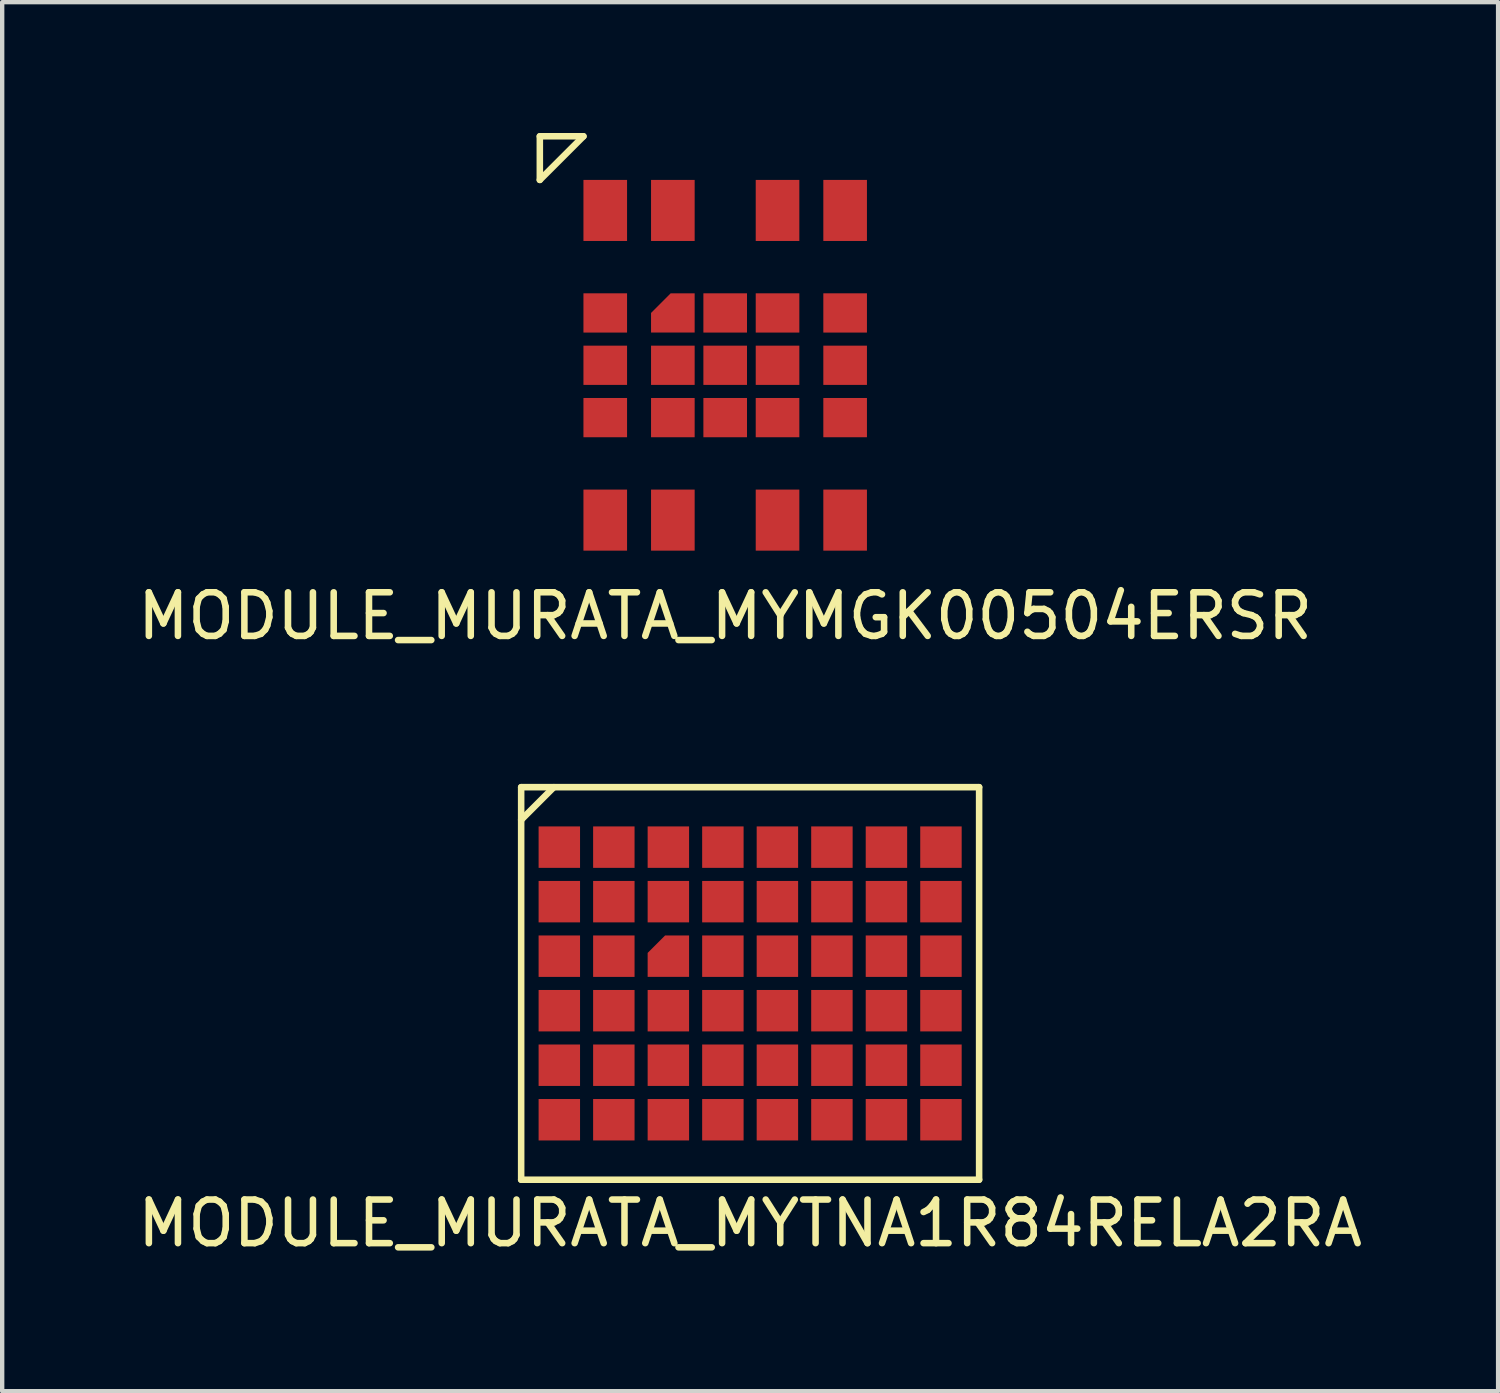
<source format=kicad_pcb>
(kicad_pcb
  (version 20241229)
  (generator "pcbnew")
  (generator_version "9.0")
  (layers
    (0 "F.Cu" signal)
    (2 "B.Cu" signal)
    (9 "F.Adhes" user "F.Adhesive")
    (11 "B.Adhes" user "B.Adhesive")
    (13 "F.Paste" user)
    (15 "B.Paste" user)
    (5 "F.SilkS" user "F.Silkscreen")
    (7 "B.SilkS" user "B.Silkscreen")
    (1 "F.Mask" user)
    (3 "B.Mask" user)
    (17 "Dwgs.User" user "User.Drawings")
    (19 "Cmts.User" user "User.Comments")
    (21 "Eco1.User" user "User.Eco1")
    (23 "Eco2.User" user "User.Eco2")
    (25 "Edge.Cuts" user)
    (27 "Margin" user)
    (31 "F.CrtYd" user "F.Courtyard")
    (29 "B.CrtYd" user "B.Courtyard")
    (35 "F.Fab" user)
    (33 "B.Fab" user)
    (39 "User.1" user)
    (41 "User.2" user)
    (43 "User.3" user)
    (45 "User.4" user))
  (footprint "MODULE_MURATA_MYMGK00504ERSR"
    (layer "F.Cu")
    (at 13.577 5.325)
    (property "Reference" "MODULE_MURATA_MYMGK00504ERSR" (at 0 5.75 0) (unlocked yes) (layer "F.SilkS") (effects (font (size 1 1) (thickness 0.15))))
    (attr smd)
    (fp_line (start -4.25 -5.25) (end -4.25 -4.25) (stroke (width 0.15) (type solid)) (layer "F.SilkS"))
    (fp_line (start -4.25 -4.25) (end -3.25 -5.25) (stroke (width 0.15) (type solid)) (layer "F.SilkS"))
    (fp_line (start -3.25 -5.25) (end -4.25 -5.25) (stroke (width 0.15) (type solid)) (layer "F.SilkS"))
    (pad "1" smd rect (at -2.75 -3.55) (size 1 1.4) (layers "F.Cu" "F.Mask" "F.Paste"))
    (pad "2" smd rect (at -1.2 -3.55) (size 1 1.4) (layers "F.Cu" "F.Mask" "F.Paste"))
    (pad "3" smd rect (at -2.75 -1.2) (size 1 0.9) (layers "F.Cu" "F.Mask" "F.Paste"))
    (pad "4" smd rect (at -2.75 0) (size 1 0.9) (layers "F.Cu" "F.Mask" "F.Paste"))
    (pad "5" smd rect (at -2.75 1.2) (size 1 0.9) (layers "F.Cu" "F.Mask" "F.Paste"))
    (pad "6" smd rect (at -2.75 3.55) (size 1 1.4) (layers "F.Cu" "F.Mask" "F.Paste"))
    (pad "7" smd rect (at -1.2 3.55) (size 1 1.4) (layers "F.Cu" "F.Mask" "F.Paste"))
    (pad "8" smd rect (at 1.2 3.55) (size 1 1.4) (layers "F.Cu" "F.Mask" "F.Paste"))
    (pad "9" smd rect (at 2.75 3.55) (size 1 1.4) (layers "F.Cu" "F.Mask" "F.Paste"))
    (pad "10" smd rect (at 2.75 1.2) (size 1 0.9) (layers "F.Cu" "F.Mask" "F.Paste"))
    (pad "11" smd rect (at 2.75 0) (size 1 0.9) (layers "F.Cu" "F.Mask" "F.Paste"))
    (pad "12" smd rect (at 2.75 -1.2) (size 1 0.9) (layers "F.Cu" "F.Mask" "F.Paste"))
    (pad "13" smd rect (at 2.75 -3.55) (size 1 1.4) (layers "F.Cu" "F.Mask" "F.Paste"))
    (pad "14" smd rect (at 1.2 -3.55) (size 1 1.4) (layers "F.Cu" "F.Mask" "F.Paste"))
    (pad "15" smd roundrect (at -1.2 -1.2) (size 1 0.9) (layers "F.Cu" "F.Mask" "F.Paste") (roundrect_rratio 0) (chamfer_ratio 0.5) (chamfer top_left))
    (pad "16" smd rect (at -1.2 0) (size 1 0.9) (layers "F.Cu" "F.Mask" "F.Paste"))
    (pad "17" smd rect (at -1.2 1.2) (size 1 0.9) (layers "F.Cu" "F.Mask" "F.Paste"))
    (pad "18" smd rect (at 0 -1.2) (size 1 0.9) (layers "F.Cu" "F.Mask" "F.Paste"))
    (pad "19" smd rect (at 0 0) (size 1 0.9) (layers "F.Cu" "F.Mask" "F.Paste"))
    (pad "20" smd rect (at 0 1.2) (size 1 0.9) (layers "F.Cu" "F.Mask" "F.Paste"))
    (pad "21" smd rect (at 1.2 -1.2) (size 1 0.9) (layers "F.Cu" "F.Mask" "F.Paste"))
    (pad "22" smd rect (at 1.2 0) (size 1 0.9) (layers "F.Cu" "F.Mask" "F.Paste"))
    (pad "23" smd rect (at 1.2 1.2) (size 1 0.9) (layers "F.Cu" "F.Mask" "F.Paste")))
  (footprint "MODULE_MURATA_MYTNA1R84RELA2RA"
    (layer "F.Cu")
    (at 14.149 19.498)
    (property "Reference" "MODULE_MURATA_MYTNA1R84RELA2RA" (at 0 5.5 0) (layer "F.SilkS") (effects (font (size 1 1) (thickness 0.15))))
    (attr through_hole)
    (fp_line (start -5.25 -4.5) (end 5.25 -4.5) (stroke (width 0.15) (type solid)) (layer "F.SilkS"))
    (fp_line (start -5.25 -3.75) (end -4.5 -4.5) (stroke (width 0.15) (type solid)) (layer "F.SilkS"))
    (fp_line (start -5.25 4.5) (end -5.25 -4.5) (stroke (width 0.15) (type solid)) (layer "F.SilkS"))
    (fp_line (start 5.25 -4.5) (end 5.25 4.5) (stroke (width 0.15) (type solid)) (layer "F.SilkS"))
    (fp_line (start 5.25 4.5) (end -5.25 4.5) (stroke (width 0.15) (type solid)) (layer "F.SilkS"))
    (pad "A1" smd rect (at -4.375 -3.125) (size 0.95 0.95) (layers "F.Cu" "F.Mask" "F.Paste"))
    (pad "A2" smd rect (at -4.375 -1.875) (size 0.95 0.95) (layers "F.Cu" "F.Mask" "F.Paste"))
    (pad "A3" smd rect (at -4.375 -0.625) (size 0.95 0.95) (layers "F.Cu" "F.Mask" "F.Paste"))
    (pad "A4" smd rect (at -4.375 0.625) (size 0.95 0.95) (layers "F.Cu" "F.Mask" "F.Paste"))
    (pad "A5" smd rect (at -4.375 1.875) (size 0.95 0.95) (layers "F.Cu" "F.Mask" "F.Paste"))
    (pad "A6" smd rect (at -4.375 3.125) (size 0.95 0.95) (layers "F.Cu" "F.Mask" "F.Paste"))
    (pad "B1" smd rect (at -3.125 -3.125) (size 0.95 0.95) (layers "F.Cu" "F.Mask" "F.Paste"))
    (pad "B2" smd rect (at -3.125 -1.875) (size 0.95 0.95) (layers "F.Cu" "F.Mask" "F.Paste"))
    (pad "B3" smd rect (at -3.125 -0.625) (size 0.95 0.95) (layers "F.Cu" "F.Mask" "F.Paste"))
    (pad "B4" smd rect (at -3.125 0.625) (size 0.95 0.95) (layers "F.Cu" "F.Mask" "F.Paste"))
    (pad "B5" smd rect (at -3.125 1.875) (size 0.95 0.95) (layers "F.Cu" "F.Mask" "F.Paste"))
    (pad "B6" smd rect (at -3.125 3.125) (size 0.95 0.95) (layers "F.Cu" "F.Mask" "F.Paste"))
    (pad "C1" smd rect (at -1.875 -3.125) (size 0.95 0.95) (layers "F.Cu" "F.Mask" "F.Paste"))
    (pad "C2" smd rect (at -1.875 -1.875) (size 0.95 0.95) (layers "F.Cu" "F.Mask" "F.Paste"))
    (pad "C3" smd custom (at -1.675 -0.425) (size 0.55 0.55) (layers "F.Cu" "F.Mask" "F.Paste") (options (anchor rect)) (primitives (gr_poly (pts (xy 0.275 0.275) (xy 0.275 -0.675) (xy -0.275 -0.675) (xy -0.675 -0.275) (xy -0.675 0.275)) (width 0) (fill yes))))
    (pad "C4" smd rect (at -1.875 0.625) (size 0.95 0.95) (layers "F.Cu" "F.Mask" "F.Paste"))
    (pad "C5" smd rect (at -1.875 1.875) (size 0.95 0.95) (layers "F.Cu" "F.Mask" "F.Paste"))
    (pad "C6" smd rect (at -1.875 3.125) (size 0.95 0.95) (layers "F.Cu" "F.Mask" "F.Paste"))
    (pad "D1" smd rect (at -0.625 -3.125) (size 0.95 0.95) (layers "F.Cu" "F.Mask" "F.Paste"))
    (pad "D2" smd rect (at -0.625 -1.875) (size 0.95 0.95) (layers "F.Cu" "F.Mask" "F.Paste"))
    (pad "D3" smd rect (at -0.625 -0.625) (size 0.95 0.95) (layers "F.Cu" "F.Mask" "F.Paste"))
    (pad "D4" smd rect (at -0.625 0.625) (size 0.95 0.95) (layers "F.Cu" "F.Mask" "F.Paste"))
    (pad "D5" smd rect (at -0.625 1.875) (size 0.95 0.95) (layers "F.Cu" "F.Mask" "F.Paste"))
    (pad "D6" smd rect (at -0.625 3.125) (size 0.95 0.95) (layers "F.Cu" "F.Mask" "F.Paste"))
    (pad "E1" smd rect (at 0.625 -3.125) (size 0.95 0.95) (layers "F.Cu" "F.Mask" "F.Paste"))
    (pad "E2" smd rect (at 0.625 -1.875) (size 0.95 0.95) (layers "F.Cu" "F.Mask" "F.Paste"))
    (pad "E3" smd rect (at 0.625 -0.625) (size 0.95 0.95) (layers "F.Cu" "F.Mask" "F.Paste"))
    (pad "E4" smd rect (at 0.625 0.625) (size 0.95 0.95) (layers "F.Cu" "F.Mask" "F.Paste"))
    (pad "E5" smd rect (at 0.625 1.875) (size 0.95 0.95) (layers "F.Cu" "F.Mask" "F.Paste"))
    (pad "E6" smd rect (at 0.625 3.125) (size 0.95 0.95) (layers "F.Cu" "F.Mask" "F.Paste"))
    (pad "F1" smd rect (at 1.875 -3.125) (size 0.95 0.95) (layers "F.Cu" "F.Mask" "F.Paste"))
    (pad "F2" smd rect (at 1.875 -1.875) (size 0.95 0.95) (layers "F.Cu" "F.Mask" "F.Paste"))
    (pad "F3" smd rect (at 1.875 -0.625) (size 0.95 0.95) (layers "F.Cu" "F.Mask" "F.Paste"))
    (pad "F4" smd rect (at 1.875 0.625) (size 0.95 0.95) (layers "F.Cu" "F.Mask" "F.Paste"))
    (pad "F5" smd rect (at 1.875 1.875) (size 0.95 0.95) (layers "F.Cu" "F.Mask" "F.Paste"))
    (pad "F6" smd rect (at 1.875 3.125) (size 0.95 0.95) (layers "F.Cu" "F.Mask" "F.Paste"))
    (pad "G1" smd rect (at 3.125 -3.125) (size 0.95 0.95) (layers "F.Cu" "F.Mask" "F.Paste"))
    (pad "G2" smd rect (at 3.125 -1.875) (size 0.95 0.95) (layers "F.Cu" "F.Mask" "F.Paste"))
    (pad "G3" smd rect (at 3.125 -0.625) (size 0.95 0.95) (layers "F.Cu" "F.Mask" "F.Paste"))
    (pad "G4" smd rect (at 3.125 0.625) (size 0.95 0.95) (layers "F.Cu" "F.Mask" "F.Paste"))
    (pad "G5" smd rect (at 3.125 1.875) (size 0.95 0.95) (layers "F.Cu" "F.Mask" "F.Paste"))
    (pad "G6" smd rect (at 3.125 3.125) (size 0.95 0.95) (layers "F.Cu" "F.Mask" "F.Paste"))
    (pad "H1" smd rect (at 4.375 -3.125) (size 0.95 0.95) (layers "F.Cu" "F.Mask" "F.Paste"))
    (pad "H2" smd rect (at 4.375 -1.875) (size 0.95 0.95) (layers "F.Cu" "F.Mask" "F.Paste"))
    (pad "H3" smd rect (at 4.375 -0.625) (size 0.95 0.95) (layers "F.Cu" "F.Mask" "F.Paste"))
    (pad "H4" smd rect (at 4.375 0.625) (size 0.95 0.95) (layers "F.Cu" "F.Mask" "F.Paste"))
    (pad "H5" smd rect (at 4.375 1.875) (size 0.95 0.95) (layers "F.Cu" "F.Mask" "F.Paste"))
    (pad "H6" smd rect (at 4.375 3.125) (size 0.95 0.95) (layers "F.Cu" "F.Mask" "F.Paste")))
  (gr_rect
    (start -3 -3)
    (end 31.298 28.846)
    (stroke (width 0.1) (type default))
    (fill no)
    (layer "Edge.Cuts")))
</source>
